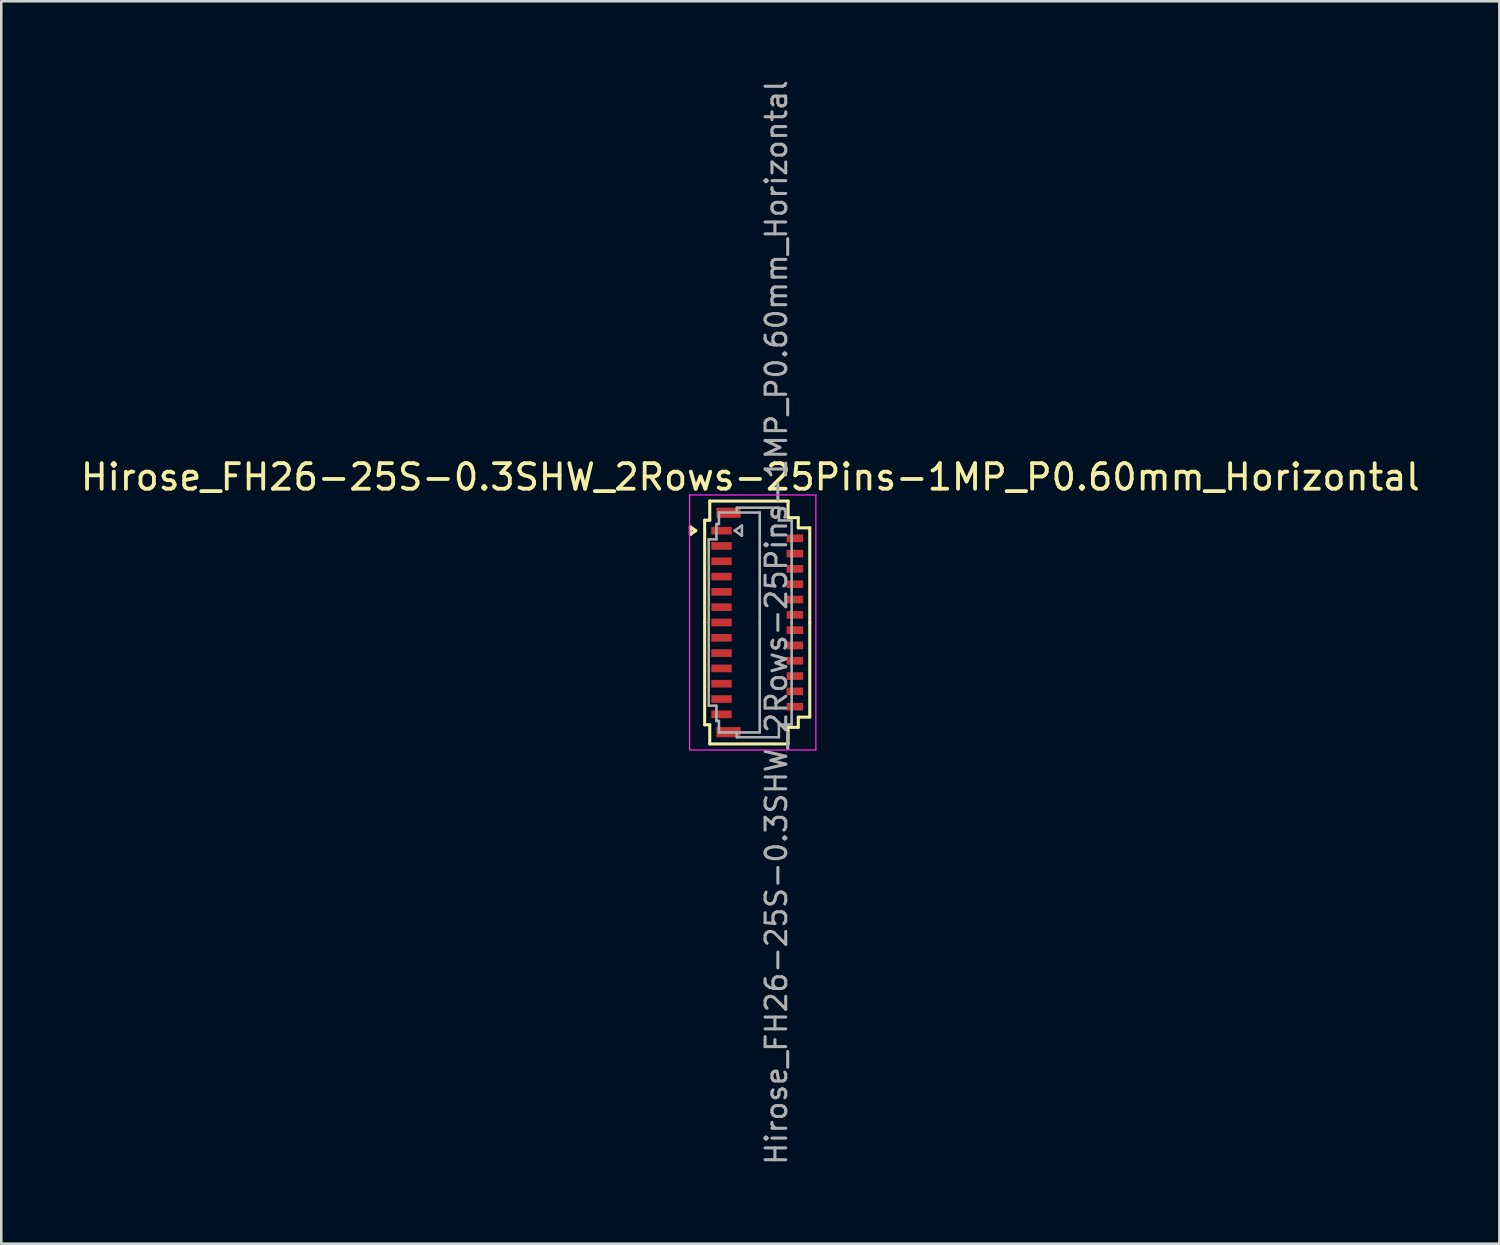
<source format=kicad_pcb>
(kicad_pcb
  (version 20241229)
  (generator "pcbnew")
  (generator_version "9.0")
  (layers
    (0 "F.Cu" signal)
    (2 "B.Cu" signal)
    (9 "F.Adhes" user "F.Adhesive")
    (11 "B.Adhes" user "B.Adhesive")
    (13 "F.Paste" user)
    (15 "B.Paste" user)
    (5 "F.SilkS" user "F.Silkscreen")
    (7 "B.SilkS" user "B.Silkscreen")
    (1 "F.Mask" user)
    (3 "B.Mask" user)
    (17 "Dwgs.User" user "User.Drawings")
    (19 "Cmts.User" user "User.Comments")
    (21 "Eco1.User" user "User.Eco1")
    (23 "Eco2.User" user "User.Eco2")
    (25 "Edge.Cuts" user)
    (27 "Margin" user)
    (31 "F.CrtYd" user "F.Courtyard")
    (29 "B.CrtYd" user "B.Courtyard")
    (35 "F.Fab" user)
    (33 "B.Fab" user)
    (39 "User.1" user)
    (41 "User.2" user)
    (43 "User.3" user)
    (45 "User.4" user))
  (footprint "Hirose_FH26-25S-0.3SHW_2Rows-25Pins-1MP_P0.60mm_Horizontal"
    (layer "F.Cu")
    (at 26.633 21.352)
    (property "Reference" "Hirose_FH26-25S-0.3SHW_2Rows-25Pins-1MP_P0.60mm_Horizontal" (at -0.27 -5.7 0) (layer "F.SilkS") (effects (font (size 1 1) (thickness 0.15))))
    (attr smd)
    (fp_line (start -2.622 -3.75) (end -2.41 -3.6) (stroke (width 0.12) (type solid)) (layer "F.SilkS"))
    (fp_line (start -2.622 -3.45) (end -2.622 -3.75) (stroke (width 0.12) (type solid)) (layer "F.SilkS"))
    (fp_line (start -2.41 -3.6) (end -2.622 -3.45) (stroke (width 0.12) (type solid)) (layer "F.SilkS"))
    (fp_line (start -2.06 -4.01) (end -2.06 0) (stroke (width 0.12) (type solid)) (layer "F.SilkS"))
    (fp_line (start -2.06 4.01) (end -2.06 0) (stroke (width 0.12) (type solid)) (layer "F.SilkS"))
    (fp_line (start -1.86 -4.76) (end -1.86 -4.01) (stroke (width 0.12) (type solid)) (layer "F.SilkS"))
    (fp_line (start -1.86 -4.01) (end -2.06 -4.01) (stroke (width 0.12) (type solid)) (layer "F.SilkS"))
    (fp_line (start -1.86 4.01) (end -2.06 4.01) (stroke (width 0.12) (type solid)) (layer "F.SilkS"))
    (fp_line (start -1.86 4.76) (end -1.86 4.01) (stroke (width 0.12) (type solid)) (layer "F.SilkS"))
    (fp_line (start 1.21 -4.76) (end -1.86 -4.76) (stroke (width 0.12) (type solid)) (layer "F.SilkS"))
    (fp_line (start 1.21 -4.11) (end 1.21 -4.76) (stroke (width 0.12) (type solid)) (layer "F.SilkS"))
    (fp_line (start 1.21 4.11) (end 1.21 4.76) (stroke (width 0.12) (type solid)) (layer "F.SilkS"))
    (fp_line (start 1.21 4.76) (end -1.86 4.76) (stroke (width 0.12) (type solid)) (layer "F.SilkS"))
    (fp_line (start 1.61 -4.11) (end 1.21 -4.11) (stroke (width 0.12) (type solid)) (layer "F.SilkS"))
    (fp_line (start 1.61 -3.71) (end 1.61 -4.11) (stroke (width 0.12) (type solid)) (layer "F.SilkS"))
    (fp_line (start 1.61 3.71) (end 1.61 4.11) (stroke (width 0.12) (type solid)) (layer "F.SilkS"))
    (fp_line (start 1.61 4.11) (end 1.21 4.11) (stroke (width 0.12) (type solid)) (layer "F.SilkS"))
    (fp_line (start 2.06 -3.71) (end 1.61 -3.71) (stroke (width 0.12) (type solid)) (layer "F.SilkS"))
    (fp_line (start 2.06 0) (end 2.06 -3.71) (stroke (width 0.12) (type solid)) (layer "F.SilkS"))
    (fp_line (start 2.06 0) (end 2.06 3.71) (stroke (width 0.12) (type solid)) (layer "F.SilkS"))
    (fp_line (start 2.06 3.71) (end 1.61 3.71) (stroke (width 0.12) (type solid)) (layer "F.SilkS"))
    (fp_line (start -2.65 -5) (end -2.65 5) (stroke (width 0.05) (type solid)) (layer "F.CrtYd"))
    (fp_line (start -2.65 5) (end 2.3 5) (stroke (width 0.05) (type solid)) (layer "F.CrtYd"))
    (fp_line (start 2.3 -5) (end -2.65 -5) (stroke (width 0.05) (type solid)) (layer "F.CrtYd"))
    (fp_line (start 2.3 5) (end 2.3 -5) (stroke (width 0.05) (type solid)) (layer "F.CrtYd"))
    (fp_line (start -1.9 -3.26) (end -1.6 -3.26) (stroke (width 0.1) (type solid)) (layer "F.Fab"))
    (fp_line (start -1.9 0) (end -1.9 -3.26) (stroke (width 0.1) (type solid)) (layer "F.Fab"))
    (fp_line (start -1.9 0) (end -1.9 3.26) (stroke (width 0.1) (type solid)) (layer "F.Fab"))
    (fp_line (start -1.9 3.26) (end -1.6 3.26) (stroke (width 0.1) (type solid)) (layer "F.Fab"))
    (fp_line (start -1.6 -3.86) (end -1.5 -3.86) (stroke (width 0.1) (type solid)) (layer "F.Fab"))
    (fp_line (start -1.6 -3.26) (end -1.6 -3.86) (stroke (width 0.1) (type solid)) (layer "F.Fab"))
    (fp_line (start -1.6 3.26) (end -1.6 3.86) (stroke (width 0.1) (type solid)) (layer "F.Fab"))
    (fp_line (start -1.6 3.86) (end -1.5 3.86) (stroke (width 0.1) (type solid)) (layer "F.Fab"))
    (fp_line (start -1.5 -4.31) (end -0.8 -4.31) (stroke (width 0.1) (type solid)) (layer "F.Fab"))
    (fp_line (start -1.5 -3.86) (end -1.5 -4.31) (stroke (width 0.1) (type solid)) (layer "F.Fab"))
    (fp_line (start -1.5 3.86) (end -1.5 4.31) (stroke (width 0.1) (type solid)) (layer "F.Fab"))
    (fp_line (start -1.5 4.31) (end -0.8 4.31) (stroke (width 0.1) (type solid)) (layer "F.Fab"))
    (fp_line (start -0.883 -3.6) (end -0.6 -3.4) (stroke (width 0.1) (type solid)) (layer "F.Fab"))
    (fp_line (start -0.8 -4.5) (end 0.85 -4.5) (stroke (width 0.1) (type solid)) (layer "F.Fab"))
    (fp_line (start -0.8 -4.31) (end -0.8 -4.5) (stroke (width 0.1) (type solid)) (layer "F.Fab"))
    (fp_line (start -0.8 4.31) (end -0.8 4.5) (stroke (width 0.1) (type solid)) (layer "F.Fab"))
    (fp_line (start -0.8 4.5) (end 0.85 4.5) (stroke (width 0.1) (type solid)) (layer "F.Fab"))
    (fp_line (start -0.6 -3.8) (end -0.883 -3.6) (stroke (width 0.1) (type solid)) (layer "F.Fab"))
    (fp_line (start -0.6 -3.4) (end -0.6 -3.8) (stroke (width 0.1) (type solid)) (layer "F.Fab"))
    (fp_line (start 0.1 -4.31) (end -0.8 -4.31) (stroke (width 0.1) (type solid)) (layer "F.Fab"))
    (fp_line (start 0.1 0) (end 0.1 -4.31) (stroke (width 0.1) (type solid)) (layer "F.Fab"))
    (fp_line (start 0.1 0) (end 0.1 4.31) (stroke (width 0.1) (type solid)) (layer "F.Fab"))
    (fp_line (start 0.1 4.31) (end -0.8 4.31) (stroke (width 0.1) (type solid)) (layer "F.Fab"))
    (fp_line (start 0.85 -4.5) (end 0.85 -4) (stroke (width 0.1) (type solid)) (layer "F.Fab"))
    (fp_line (start 0.85 -4) (end 1.35 -4) (stroke (width 0.1) (type solid)) (layer "F.Fab"))
    (fp_line (start 0.85 4) (end 1.35 4) (stroke (width 0.1) (type solid)) (layer "F.Fab"))
    (fp_line (start 0.85 4.5) (end 0.85 4) (stroke (width 0.1) (type solid)) (layer "F.Fab"))
    (fp_line (start 1.35 -4) (end 1.35 0) (stroke (width 0.1) (type solid)) (layer "F.Fab"))
    (fp_line (start 1.35 4) (end 1.35 0) (stroke (width 0.1) (type solid)) (layer "F.Fab"))
    (fp_text user "${REFERENCE}" (at 0.75 0 90) (layer "F.Fab") (effects (font (size 0.81 0.81) (thickness 0.12))))
    (pad "1" smd rect (at -1.4 -3.6) (size 0.8 0.3) (layers "F.Cu" "F.Mask" "F.Paste"))
    (pad "2" smd rect (at 1.475 -3.3) (size 0.65 0.3) (layers "F.Cu" "F.Mask" "F.Paste"))
    (pad "3" smd rect (at -1.4 -3) (size 0.8 0.3) (layers "F.Cu" "F.Mask" "F.Paste"))
    (pad "4" smd rect (at 1.475 -2.7) (size 0.65 0.3) (layers "F.Cu" "F.Mask" "F.Paste"))
    (pad "5" smd rect (at -1.4 -2.4) (size 0.8 0.3) (layers "F.Cu" "F.Mask" "F.Paste"))
    (pad "6" smd rect (at 1.475 -2.1) (size 0.65 0.3) (layers "F.Cu" "F.Mask" "F.Paste"))
    (pad "7" smd rect (at -1.4 -1.8) (size 0.8 0.3) (layers "F.Cu" "F.Mask" "F.Paste"))
    (pad "8" smd rect (at 1.475 -1.5) (size 0.65 0.3) (layers "F.Cu" "F.Mask" "F.Paste"))
    (pad "9" smd rect (at -1.4 -1.2) (size 0.8 0.3) (layers "F.Cu" "F.Mask" "F.Paste"))
    (pad "10" smd rect (at 1.475 -0.9) (size 0.65 0.3) (layers "F.Cu" "F.Mask" "F.Paste"))
    (pad "11" smd rect (at -1.4 -0.6) (size 0.8 0.3) (layers "F.Cu" "F.Mask" "F.Paste"))
    (pad "12" smd rect (at 1.475 -0.3) (size 0.65 0.3) (layers "F.Cu" "F.Mask" "F.Paste"))
    (pad "13" smd rect (at -1.4 0) (size 0.8 0.3) (layers "F.Cu" "F.Mask" "F.Paste"))
    (pad "14" smd rect (at 1.475 0.3) (size 0.65 0.3) (layers "F.Cu" "F.Mask" "F.Paste"))
    (pad "15" smd rect (at -1.4 0.6) (size 0.8 0.3) (layers "F.Cu" "F.Mask" "F.Paste"))
    (pad "16" smd rect (at 1.475 0.9) (size 0.65 0.3) (layers "F.Cu" "F.Mask" "F.Paste"))
    (pad "17" smd rect (at -1.4 1.2) (size 0.8 0.3) (layers "F.Cu" "F.Mask" "F.Paste"))
    (pad "18" smd rect (at 1.475 1.5) (size 0.65 0.3) (layers "F.Cu" "F.Mask" "F.Paste"))
    (pad "19" smd rect (at -1.4 1.8) (size 0.8 0.3) (layers "F.Cu" "F.Mask" "F.Paste"))
    (pad "20" smd rect (at 1.475 2.1) (size 0.65 0.3) (layers "F.Cu" "F.Mask" "F.Paste"))
    (pad "21" smd rect (at -1.4 2.4) (size 0.8 0.3) (layers "F.Cu" "F.Mask" "F.Paste"))
    (pad "22" smd rect (at 1.475 2.7) (size 0.65 0.3) (layers "F.Cu" "F.Mask" "F.Paste"))
    (pad "23" smd rect (at -1.4 3) (size 0.8 0.3) (layers "F.Cu" "F.Mask" "F.Paste"))
    (pad "24" smd rect (at 1.475 3.3) (size 0.65 0.3) (layers "F.Cu" "F.Mask" "F.Paste"))
    (pad "25" smd rect (at -1.4 3.6) (size 0.8 0.3) (layers "F.Cu" "F.Mask" "F.Paste"))
    (pad "MP" smd rect (at -1.125 -4.3) (size 0.95 0.4) (layers "F.Cu" "F.Mask" "F.Paste"))
    (pad "MP" smd rect (at -1.125 4.3) (size 0.95 0.4) (layers "F.Cu" "F.Mask" "F.Paste")))
  (gr_rect
    (start -3 -3)
    (end 55.726 45.704)
    (stroke (width 0.1) (type default))
    (fill no)
    (layer "Edge.Cuts")))
</source>
